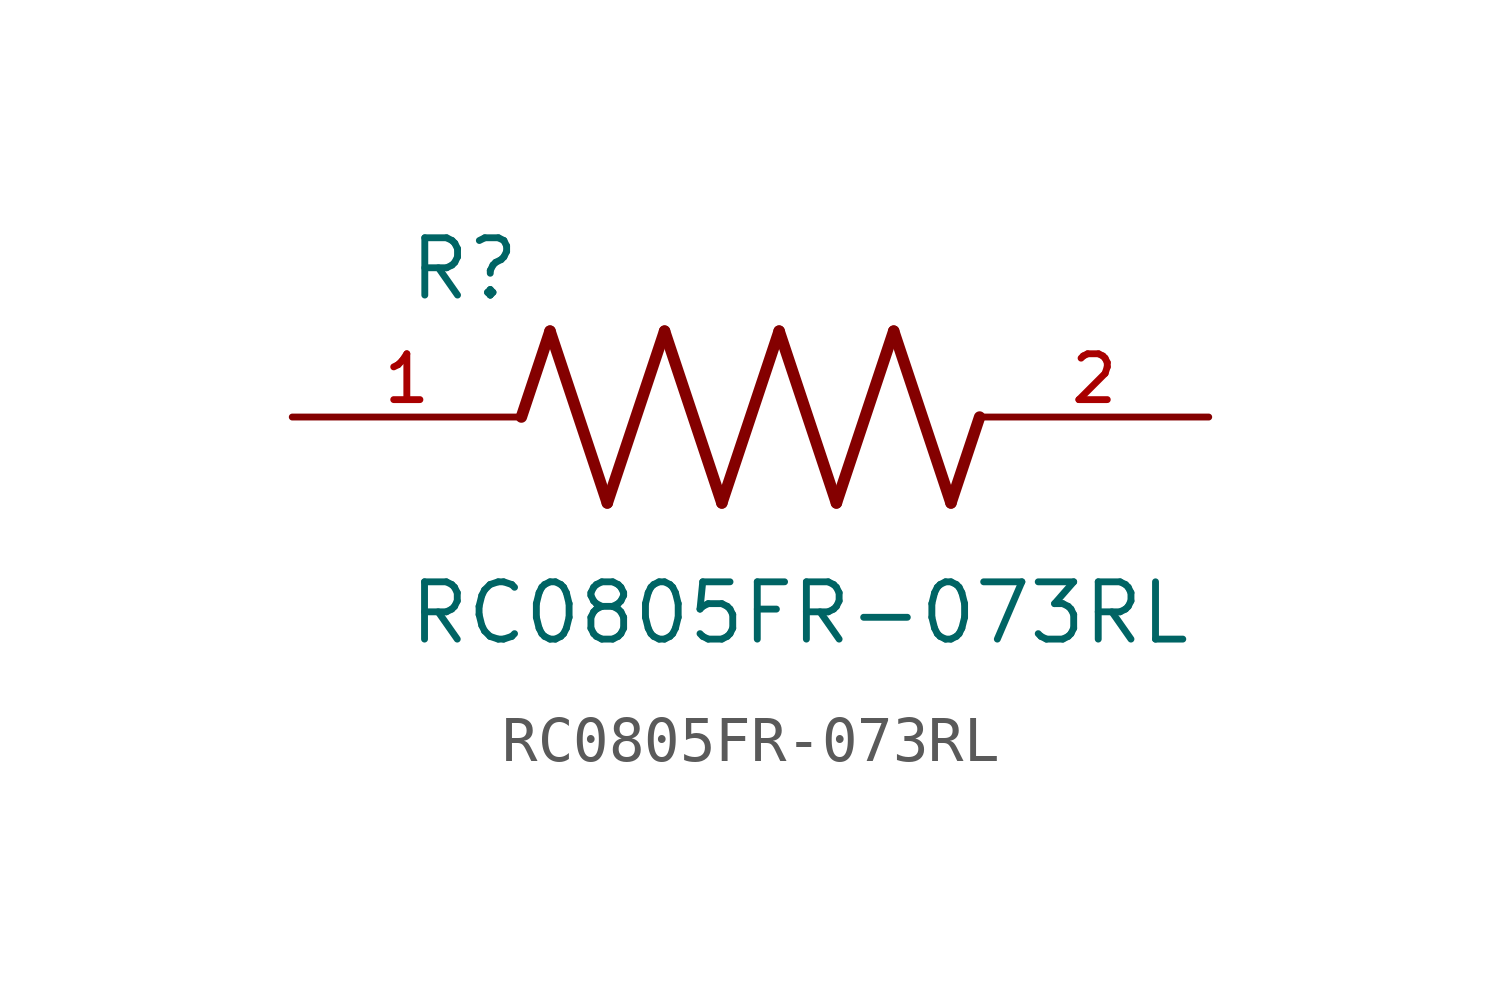
<source format=kicad_sym>
(kicad_symbol_lib
  (version 20211014)
  (generator kicad_symbol_editor)
  (symbol "RC0805FR-073RL"
    (pin_names
      (offset 1.016))
    (property "Reference" "R"
      (at -7.624 2.541 0)
      (effects (font (size 1.27 1.27)) (justify bottom left)))
    (property "Value" "RC0805FR-073RL"
      (at -7.63 -5.087 0)
      (effects (font (size 1.27 1.27)) (justify bottom left)))
    (symbol "RC0805FR-073RL_0_0"
      (polyline (pts (xy -5.08 0.0) (xy -4.445 1.905)) (stroke (width 0.254)))
      (polyline (pts (xy -4.445 1.905) (xy -3.175 -1.905)) (stroke (width 0.254)))
      (polyline (pts (xy -3.175 -1.905) (xy -1.905 1.905)) (stroke (width 0.254)))
      (polyline (pts (xy -1.905 1.905) (xy -0.635 -1.905)) (stroke (width 0.254)))
      (polyline (pts (xy -0.635 -1.905) (xy 0.635 1.905)) (stroke (width 0.254)))
      (polyline (pts (xy 0.635 1.905) (xy 1.905 -1.905)) (stroke (width 0.254)))
      (polyline (pts (xy 1.905 -1.905) (xy 3.175 1.905)) (stroke (width 0.254)))
      (polyline (pts (xy 3.175 1.905) (xy 4.445 -1.905)) (stroke (width 0.254)))
      (polyline (pts (xy 4.445 -1.905) (xy 5.08 0.0)) (stroke (width 0.254)))
      (pin passive line (at -10.16 0.0 0) (length 5.08) (name "~" (effects (font (size 1.016 1.016)))) (number "1" (effects (font (size 1.016 1.016)))))
      (pin passive line (at 10.16 0.0 180.0) (length 5.08) (name "~" (effects (font (size 1.016 1.016)))) (number "2" (effects (font (size 1.016 1.016))))))))
</source>
